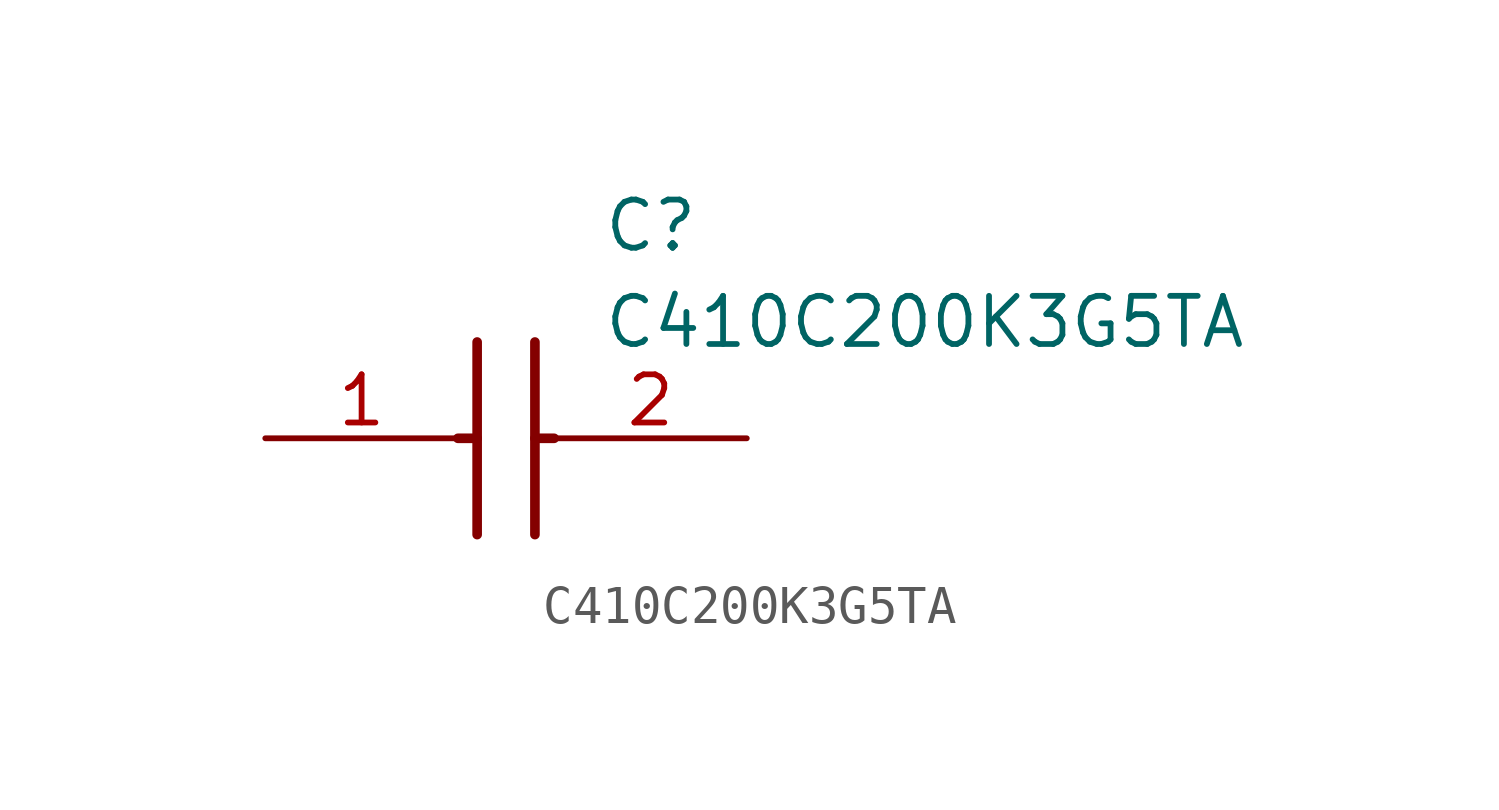
<source format=kicad_sym>
(kicad_symbol_lib
  (version 20220914)
  (generator SamacSys_ECAD_Model)
  (symbol "C410C200K3G5TA"
    (pin_names hide)
    (property "Reference" "C"
      (at 8.89 6.35 0)
      (effects (font (size 1.27 1.27)) (justify left top)))
    (property "Value" "C410C200K3G5TA"
      (at 8.89 3.81 0)
      (effects (font (size 1.27 1.27)) (justify left top)))
    (polyline
      (pts (xy 5.588 2.54) (xy 5.588 -2.54))
      (stroke (width 0.254) (type default))
      (fill (type none)))
    (polyline
      (pts (xy 7.112 2.54) (xy 7.112 -2.54))
      (stroke (width 0.254) (type default))
      (fill (type none)))
    (polyline
      (pts (xy 5.08 0) (xy 5.588 0))
      (stroke (width 0.254) (type default))
      (fill (type none)))
    (polyline
      (pts (xy 7.112 0) (xy 7.62 0))
      (stroke (width 0.254) (type default))
      (fill (type none)))
    (pin passive line
      (at 0 0 0)
      (length 5.08)
      (name "+" (effects (font (size 1.27 1.27))))
      (number "1" (effects (font (size 1.27 1.27)))))
    (pin passive line
      (at 12.7 0 180)
      (length 5.08)
      (name "-" (effects (font (size 1.27 1.27))))
      (number "2" (effects (font (size 1.27 1.27)))))))
</source>
